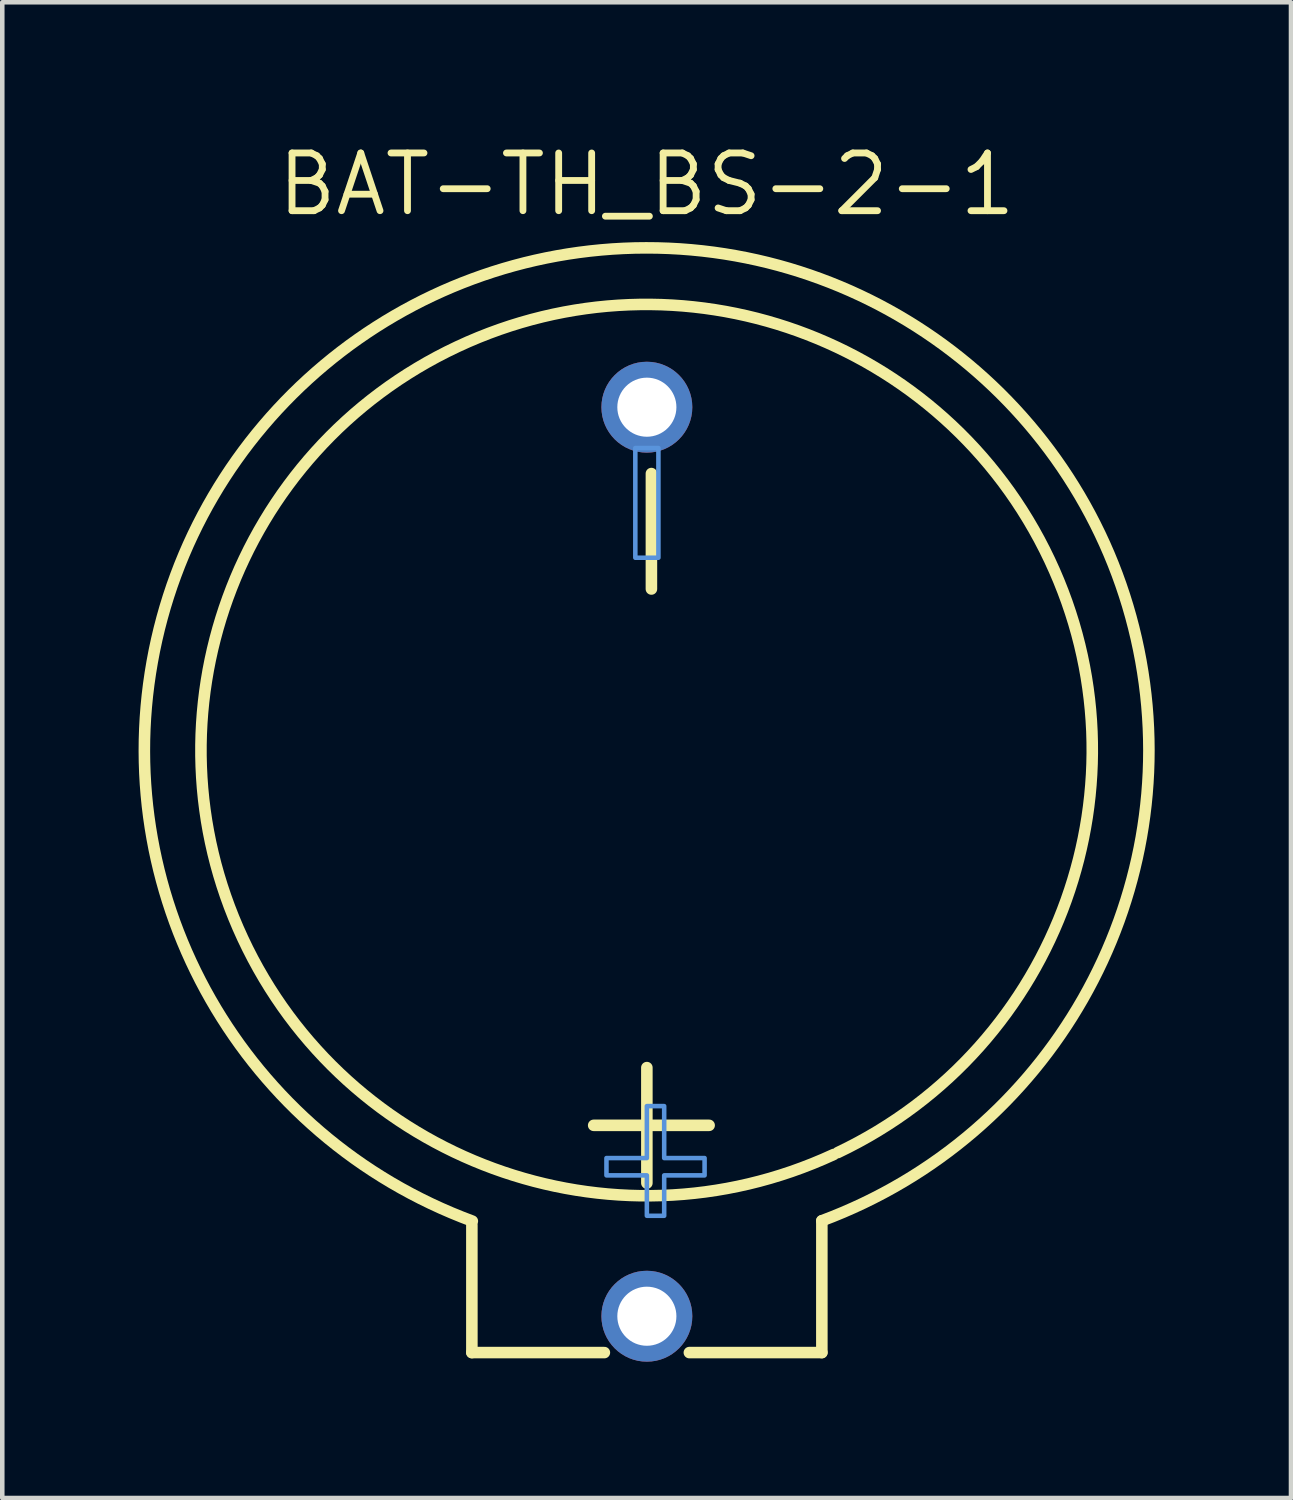
<source format=kicad_pcb>
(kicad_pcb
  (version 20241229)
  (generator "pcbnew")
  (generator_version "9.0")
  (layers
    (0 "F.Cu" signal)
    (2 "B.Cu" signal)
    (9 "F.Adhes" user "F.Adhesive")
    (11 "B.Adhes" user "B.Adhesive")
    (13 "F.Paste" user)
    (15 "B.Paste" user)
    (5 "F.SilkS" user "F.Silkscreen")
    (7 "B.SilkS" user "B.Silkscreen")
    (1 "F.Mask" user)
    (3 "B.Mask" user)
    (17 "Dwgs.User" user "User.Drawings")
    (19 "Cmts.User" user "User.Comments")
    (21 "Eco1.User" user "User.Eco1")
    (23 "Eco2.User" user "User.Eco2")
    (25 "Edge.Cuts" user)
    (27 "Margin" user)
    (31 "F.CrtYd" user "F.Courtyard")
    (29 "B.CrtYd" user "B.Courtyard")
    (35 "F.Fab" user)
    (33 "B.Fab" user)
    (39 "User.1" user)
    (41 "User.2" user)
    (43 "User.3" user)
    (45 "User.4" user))
  (footprint "BAT-TH_BS-2-1"
    (layer "F.Cu")
    (at 11.182 15.909)
    (property "Reference" "BAT-TH_BS-2-1" (at -0.005 -14.903 0) (layer "F.SilkS") (effects (font (size 1.27 1.27) (thickness 0.15))))
    (attr through_hole)
    (fp_line (start -3.85 10.8) (end -3.85 8) (stroke (width 0.254) (type solid)) (layer "F.SilkS"))
    (fp_line (start -3.85 10.8) (end -0.935 10.8) (stroke (width 0.254) (type solid)) (layer "F.SilkS"))
    (fp_line (start 0 7.07) (end 0 4.53) (stroke (width 0.254) (type solid)) (layer "F.SilkS"))
    (fp_line (start 0.1 -6) (end 0.1 -8.54) (stroke (width 0.254) (type solid)) (layer "F.SilkS"))
    (fp_line (start 0.935 10.8) (end 3.85 10.8) (stroke (width 0.254) (type solid)) (layer "F.SilkS"))
    (fp_line (start 1.37 5.8) (end -1.17 5.8) (stroke (width 0.254) (type solid)) (layer "F.SilkS"))
    (fp_line (start 3.85 10.8) (end 3.85 7.9) (stroke (width 0.254) (type solid)) (layer "F.SilkS"))
    (fp_arc (start -3.84 7.907) (mid -0.01564 -13.505836) (end 3.84995 7.899595) (stroke (width 0.254) (type solid)) (layer "F.SilkS"))
    (fp_arc (start 4.112 6.441) (mid -4.166204 -11.332411) (end 4.200306 6.399603) (stroke (width 0.254) (type solid)) (layer "F.SilkS"))
    (fp_poly (pts (xy 0.254 -6.688) (xy -0.254 -6.688) (xy -0.254 -9.101) (xy 0.254 -9.101)) (stroke (width 0.1) (type solid)) (fill no) (layer "Cmts.User"))
    (fp_poly (pts (xy 1.27 6.52) (xy 0.381 6.52) (xy 0.381 5.377) (xy 0 5.377) (xy 0 6.52) (xy -0.889 6.52) (xy -0.889 6.774) (xy -0.889 6.901) (xy 0 6.901) (xy 0 7.79) (xy 0.381 7.79) (xy 0.381 6.901) (xy 1.27 6.901) (xy 1.27 6.647)) (stroke (width 0.1) (type solid)) (fill no) (layer "Cmts.User"))
    (pad "1" thru_hole circle (at 0 10 90) (size 2 2) (drill 1.3) (layers "*.Cu" "*.Mask"))
    (pad "2" thru_hole circle (at 0 -10 90) (size 2 2) (drill 1.3) (layers "*.Cu" "*.Mask")))
  (gr_rect
    (start -3 -3)
    (end 25.354 29.909)
    (stroke (width 0.1) (type default))
    (fill no)
    (layer "Edge.Cuts")))
</source>
